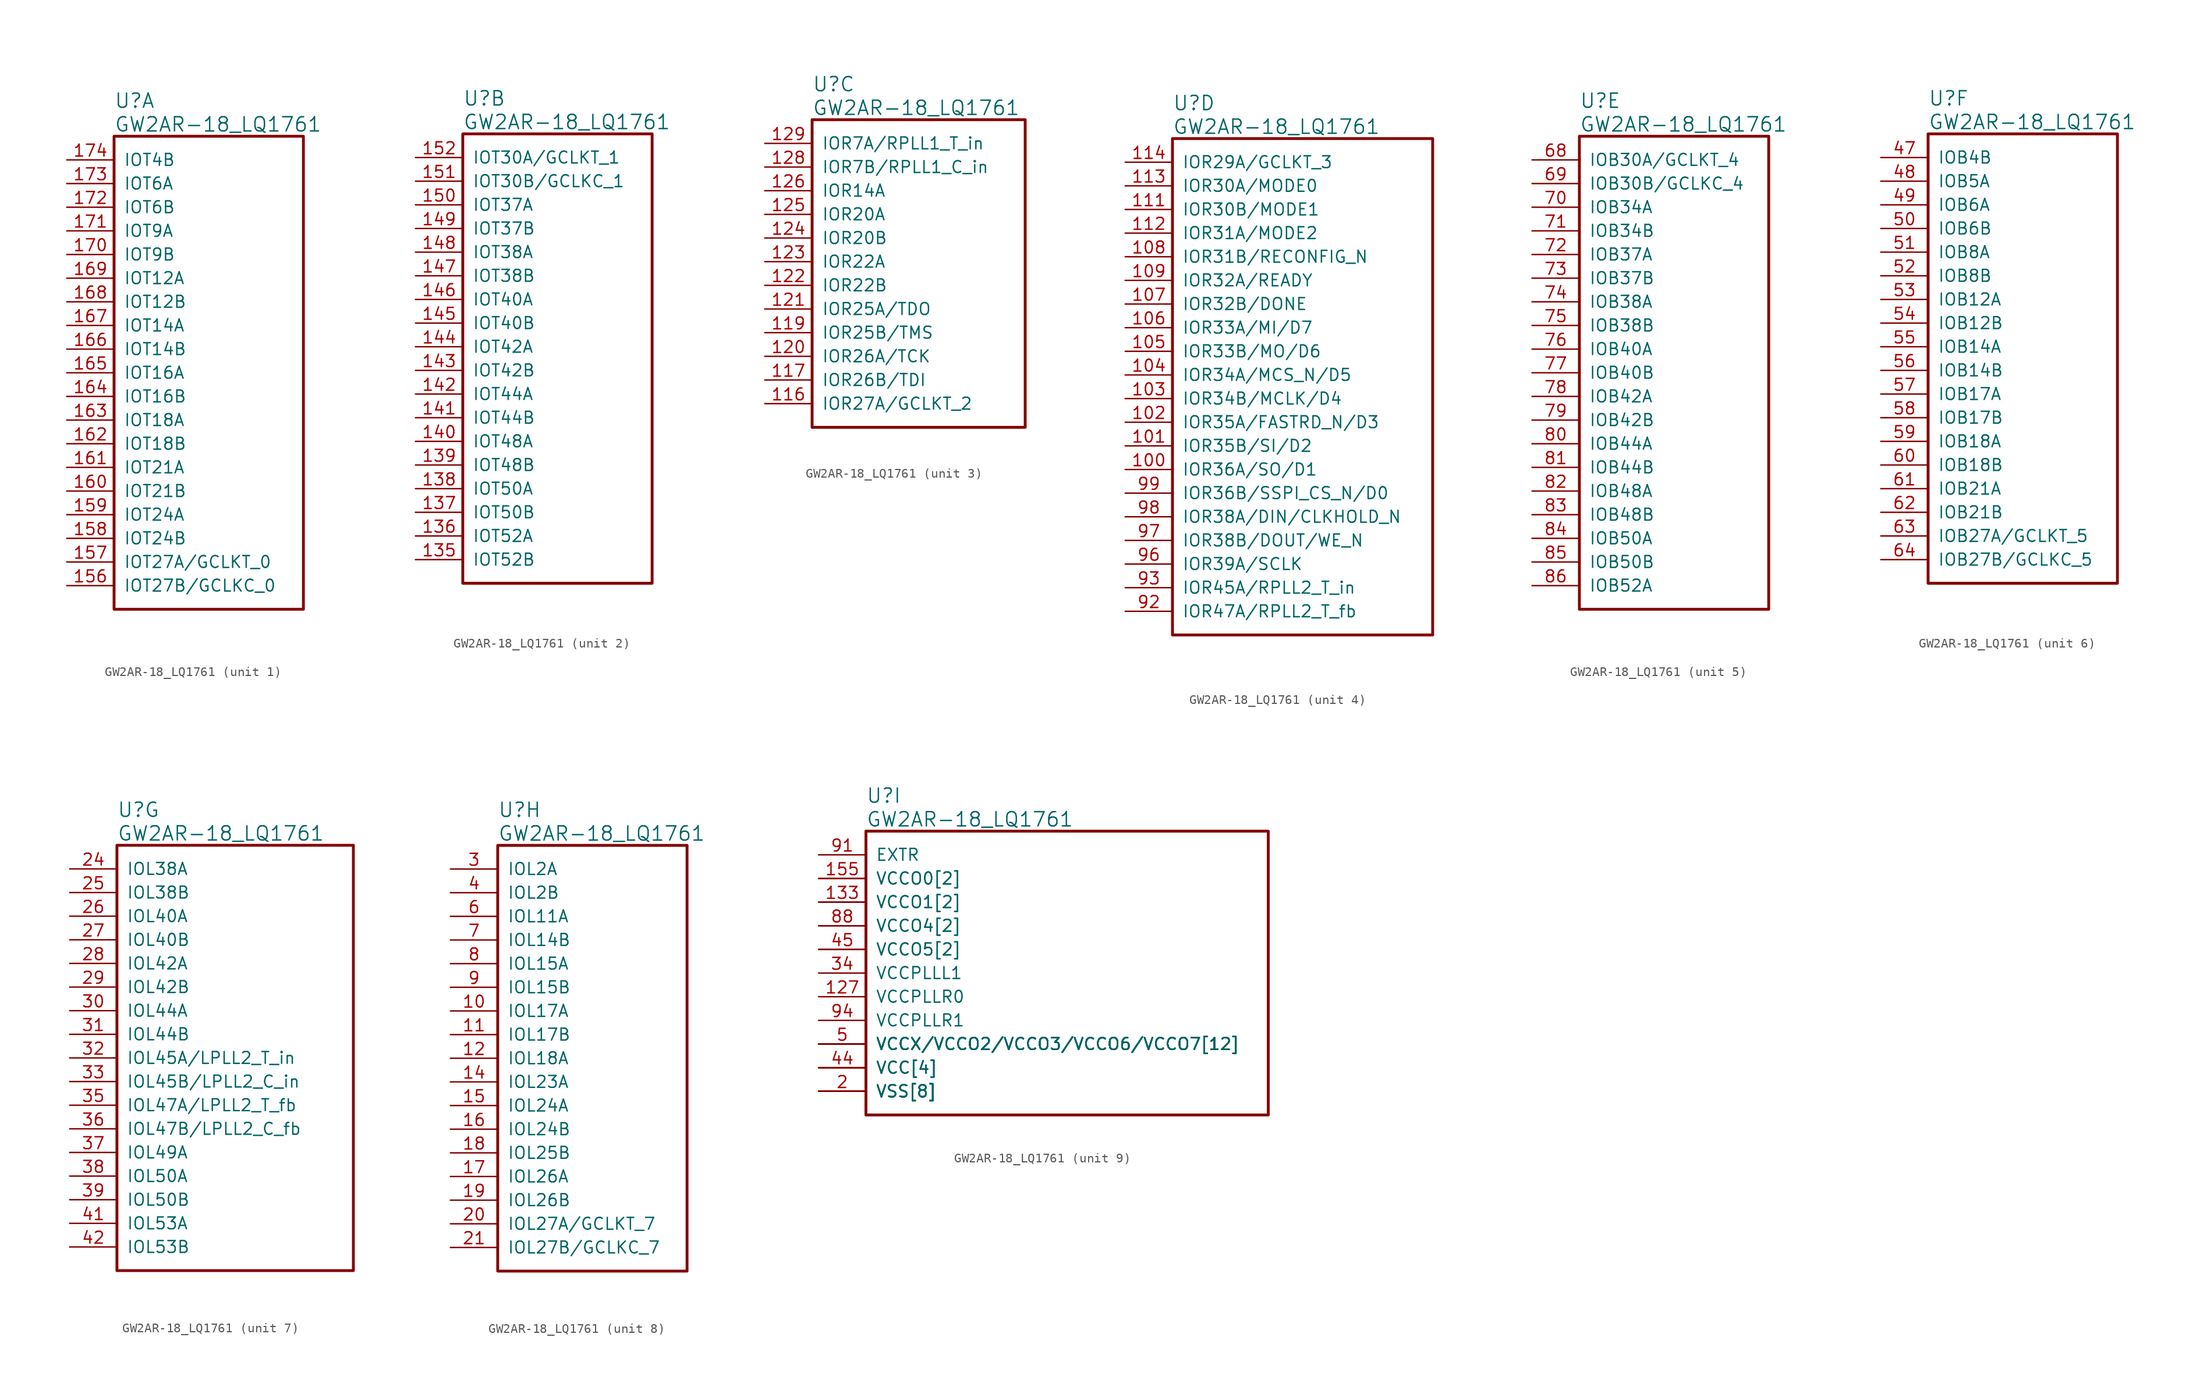
<source format=kicad_sym>
(kicad_symbol_lib
  (version 20241209)
  (generator "kicad_symbol_editor")
  (generator_version "9.0")
  (symbol "GW2AR-18_LQ1761"
    (pin_names
      (offset 1.016))
    (property "Reference" "U"
      (at 5.08 6.35 0)
      (effects (font (size 1.524 1.524)) (justify left)))
    (property "Value" "GW2AR-18_LQ1761"
      (at 5.08 3.81 0)
      (effects (font (size 1.524 1.524)) (justify left)))
    (property "ki_locked" ""
      (at 0 0 0)
      (effects (font (size 1.27 1.27))))
    (symbol "GW2AR-18_LQ1761_1_1"
      (rectangle (start 5.08 2.54) (end 25.4 -48.26) (stroke (width 0.305) (type solid)) (fill (type none)))
      (pin bidirectional line (at 0 0 0) (length 5.08) (name "IOT4B" (effects (font (size 1.27 1.27)))) (number "174" (effects (font (size 1.27 1.27)))))
      (pin bidirectional line (at 0 -2.54 0) (length 5.08) (name "IOT6A" (effects (font (size 1.27 1.27)))) (number "173" (effects (font (size 1.27 1.27)))))
      (pin bidirectional line (at 0 -5.08 0) (length 5.08) (name "IOT6B" (effects (font (size 1.27 1.27)))) (number "172" (effects (font (size 1.27 1.27)))))
      (pin bidirectional line (at 0 -7.62 0) (length 5.08) (name "IOT9A" (effects (font (size 1.27 1.27)))) (number "171" (effects (font (size 1.27 1.27)))))
      (pin bidirectional line (at 0 -10.16 0) (length 5.08) (name "IOT9B" (effects (font (size 1.27 1.27)))) (number "170" (effects (font (size 1.27 1.27)))))
      (pin bidirectional line (at 0 -12.7 0) (length 5.08) (name "IOT12A" (effects (font (size 1.27 1.27)))) (number "169" (effects (font (size 1.27 1.27)))))
      (pin bidirectional line (at 0 -15.24 0) (length 5.08) (name "IOT12B" (effects (font (size 1.27 1.27)))) (number "168" (effects (font (size 1.27 1.27)))))
      (pin bidirectional line (at 0 -17.78 0) (length 5.08) (name "IOT14A" (effects (font (size 1.27 1.27)))) (number "167" (effects (font (size 1.27 1.27)))))
      (pin bidirectional line (at 0 -20.32 0) (length 5.08) (name "IOT14B" (effects (font (size 1.27 1.27)))) (number "166" (effects (font (size 1.27 1.27)))))
      (pin bidirectional line (at 0 -22.86 0) (length 5.08) (name "IOT16A" (effects (font (size 1.27 1.27)))) (number "165" (effects (font (size 1.27 1.27)))))
      (pin bidirectional line (at 0 -25.4 0) (length 5.08) (name "IOT16B" (effects (font (size 1.27 1.27)))) (number "164" (effects (font (size 1.27 1.27)))))
      (pin bidirectional line (at 0 -27.94 0) (length 5.08) (name "IOT18A" (effects (font (size 1.27 1.27)))) (number "163" (effects (font (size 1.27 1.27)))))
      (pin bidirectional line (at 0 -30.48 0) (length 5.08) (name "IOT18B" (effects (font (size 1.27 1.27)))) (number "162" (effects (font (size 1.27 1.27)))))
      (pin bidirectional line (at 0 -33.02 0) (length 5.08) (name "IOT21A" (effects (font (size 1.27 1.27)))) (number "161" (effects (font (size 1.27 1.27)))))
      (pin bidirectional line (at 0 -35.56 0) (length 5.08) (name "IOT21B" (effects (font (size 1.27 1.27)))) (number "160" (effects (font (size 1.27 1.27)))))
      (pin bidirectional line (at 0 -38.1 0) (length 5.08) (name "IOT24A" (effects (font (size 1.27 1.27)))) (number "159" (effects (font (size 1.27 1.27)))))
      (pin bidirectional line (at 0 -40.64 0) (length 5.08) (name "IOT24B" (effects (font (size 1.27 1.27)))) (number "158" (effects (font (size 1.27 1.27)))))
      (pin bidirectional line (at 0 -43.18 0) (length 5.08) (name "IOT27A/GCLKT_0" (effects (font (size 1.27 1.27)))) (number "157" (effects (font (size 1.27 1.27)))))
      (pin bidirectional line (at 0 -45.72 0) (length 5.08) (name "IOT27B/GCLKC_0" (effects (font (size 1.27 1.27)))) (number "156" (effects (font (size 1.27 1.27))))))
    (symbol "GW2AR-18_LQ1761_2_1"
      (rectangle (start 5.08 2.54) (end 25.4 -45.72) (stroke (width 0.305) (type solid)) (fill (type none)))
      (pin bidirectional line (at 0 0 0) (length 5.08) (name "IOT30A/GCLKT_1" (effects (font (size 1.27 1.27)))) (number "152" (effects (font (size 1.27 1.27)))))
      (pin bidirectional line (at 0 -2.54 0) (length 5.08) (name "IOT30B/GCLKC_1" (effects (font (size 1.27 1.27)))) (number "151" (effects (font (size 1.27 1.27)))))
      (pin bidirectional line (at 0 -5.08 0) (length 5.08) (name "IOT37A" (effects (font (size 1.27 1.27)))) (number "150" (effects (font (size 1.27 1.27)))))
      (pin bidirectional line (at 0 -7.62 0) (length 5.08) (name "IOT37B" (effects (font (size 1.27 1.27)))) (number "149" (effects (font (size 1.27 1.27)))))
      (pin bidirectional line (at 0 -10.16 0) (length 5.08) (name "IOT38A" (effects (font (size 1.27 1.27)))) (number "148" (effects (font (size 1.27 1.27)))))
      (pin bidirectional line (at 0 -12.7 0) (length 5.08) (name "IOT38B" (effects (font (size 1.27 1.27)))) (number "147" (effects (font (size 1.27 1.27)))))
      (pin bidirectional line (at 0 -15.24 0) (length 5.08) (name "IOT40A" (effects (font (size 1.27 1.27)))) (number "146" (effects (font (size 1.27 1.27)))))
      (pin bidirectional line (at 0 -17.78 0) (length 5.08) (name "IOT40B" (effects (font (size 1.27 1.27)))) (number "145" (effects (font (size 1.27 1.27)))))
      (pin bidirectional line (at 0 -20.32 0) (length 5.08) (name "IOT42A" (effects (font (size 1.27 1.27)))) (number "144" (effects (font (size 1.27 1.27)))))
      (pin bidirectional line (at 0 -22.86 0) (length 5.08) (name "IOT42B" (effects (font (size 1.27 1.27)))) (number "143" (effects (font (size 1.27 1.27)))))
      (pin bidirectional line (at 0 -25.4 0) (length 5.08) (name "IOT44A" (effects (font (size 1.27 1.27)))) (number "142" (effects (font (size 1.27 1.27)))))
      (pin bidirectional line (at 0 -27.94 0) (length 5.08) (name "IOT44B" (effects (font (size 1.27 1.27)))) (number "141" (effects (font (size 1.27 1.27)))))
      (pin bidirectional line (at 0 -30.48 0) (length 5.08) (name "IOT48A" (effects (font (size 1.27 1.27)))) (number "140" (effects (font (size 1.27 1.27)))))
      (pin bidirectional line (at 0 -33.02 0) (length 5.08) (name "IOT48B" (effects (font (size 1.27 1.27)))) (number "139" (effects (font (size 1.27 1.27)))))
      (pin bidirectional line (at 0 -35.56 0) (length 5.08) (name "IOT50A" (effects (font (size 1.27 1.27)))) (number "138" (effects (font (size 1.27 1.27)))))
      (pin bidirectional line (at 0 -38.1 0) (length 5.08) (name "IOT50B" (effects (font (size 1.27 1.27)))) (number "137" (effects (font (size 1.27 1.27)))))
      (pin bidirectional line (at 0 -40.64 0) (length 5.08) (name "IOT52A" (effects (font (size 1.27 1.27)))) (number "136" (effects (font (size 1.27 1.27)))))
      (pin bidirectional line (at 0 -43.18 0) (length 5.08) (name "IOT52B" (effects (font (size 1.27 1.27)))) (number "135" (effects (font (size 1.27 1.27))))))
    (symbol "GW2AR-18_LQ1761_3_1"
      (rectangle (start 5.08 2.54) (end 27.94 -30.48) (stroke (width 0.305) (type solid)) (fill (type none)))
      (pin bidirectional line (at 0 0 0) (length 5.08) (name "IOR7A/RPLL1_T_in" (effects (font (size 1.27 1.27)))) (number "129" (effects (font (size 1.27 1.27)))))
      (pin bidirectional line (at 0 -2.54 0) (length 5.08) (name "IOR7B/RPLL1_C_in" (effects (font (size 1.27 1.27)))) (number "128" (effects (font (size 1.27 1.27)))))
      (pin bidirectional line (at 0 -5.08 0) (length 5.08) (name "IOR14A" (effects (font (size 1.27 1.27)))) (number "126" (effects (font (size 1.27 1.27)))))
      (pin bidirectional line (at 0 -7.62 0) (length 5.08) (name "IOR20A" (effects (font (size 1.27 1.27)))) (number "125" (effects (font (size 1.27 1.27)))))
      (pin bidirectional line (at 0 -10.16 0) (length 5.08) (name "IOR20B" (effects (font (size 1.27 1.27)))) (number "124" (effects (font (size 1.27 1.27)))))
      (pin bidirectional line (at 0 -12.7 0) (length 5.08) (name "IOR22A" (effects (font (size 1.27 1.27)))) (number "123" (effects (font (size 1.27 1.27)))))
      (pin bidirectional line (at 0 -15.24 0) (length 5.08) (name "IOR22B" (effects (font (size 1.27 1.27)))) (number "122" (effects (font (size 1.27 1.27)))))
      (pin bidirectional line (at 0 -17.78 0) (length 5.08) (name "IOR25A/TDO" (effects (font (size 1.27 1.27)))) (number "121" (effects (font (size 1.27 1.27)))))
      (pin bidirectional line (at 0 -20.32 0) (length 5.08) (name "IOR25B/TMS" (effects (font (size 1.27 1.27)))) (number "119" (effects (font (size 1.27 1.27)))))
      (pin bidirectional line (at 0 -22.86 0) (length 5.08) (name "IOR26A/TCK" (effects (font (size 1.27 1.27)))) (number "120" (effects (font (size 1.27 1.27)))))
      (pin bidirectional line (at 0 -25.4 0) (length 5.08) (name "IOR26B/TDI" (effects (font (size 1.27 1.27)))) (number "117" (effects (font (size 1.27 1.27)))))
      (pin bidirectional line (at 0 -27.94 0) (length 5.08) (name "IOR27A/GCLKT_2" (effects (font (size 1.27 1.27)))) (number "116" (effects (font (size 1.27 1.27))))))
    (symbol "GW2AR-18_LQ1761_4_1"
      (rectangle (start 5.08 2.54) (end 33.02 -50.8) (stroke (width 0.305) (type solid)) (fill (type none)))
      (pin bidirectional line (at 0 0 0) (length 5.08) (name "IOR29A/GCLKT_3" (effects (font (size 1.27 1.27)))) (number "114" (effects (font (size 1.27 1.27)))))
      (pin bidirectional line (at 0 -2.54 0) (length 5.08) (name "IOR30A/MODE0" (effects (font (size 1.27 1.27)))) (number "113" (effects (font (size 1.27 1.27)))))
      (pin bidirectional line (at 0 -5.08 0) (length 5.08) (name "IOR30B/MODE1" (effects (font (size 1.27 1.27)))) (number "111" (effects (font (size 1.27 1.27)))))
      (pin bidirectional line (at 0 -7.62 0) (length 5.08) (name "IOR31A/MODE2" (effects (font (size 1.27 1.27)))) (number "112" (effects (font (size 1.27 1.27)))))
      (pin bidirectional line (at 0 -10.16 0) (length 5.08) (name "IOR31B/RECONFIG_N" (effects (font (size 1.27 1.27)))) (number "108" (effects (font (size 1.27 1.27)))))
      (pin bidirectional line (at 0 -12.7 0) (length 5.08) (name "IOR32A/READY" (effects (font (size 1.27 1.27)))) (number "109" (effects (font (size 1.27 1.27)))))
      (pin bidirectional line (at 0 -15.24 0) (length 5.08) (name "IOR32B/DONE" (effects (font (size 1.27 1.27)))) (number "107" (effects (font (size 1.27 1.27)))))
      (pin bidirectional line (at 0 -17.78 0) (length 5.08) (name "IOR33A/MI/D7" (effects (font (size 1.27 1.27)))) (number "106" (effects (font (size 1.27 1.27)))))
      (pin bidirectional line (at 0 -20.32 0) (length 5.08) (name "IOR33B/MO/D6" (effects (font (size 1.27 1.27)))) (number "105" (effects (font (size 1.27 1.27)))))
      (pin bidirectional line (at 0 -22.86 0) (length 5.08) (name "IOR34A/MCS_N/D5" (effects (font (size 1.27 1.27)))) (number "104" (effects (font (size 1.27 1.27)))))
      (pin bidirectional line (at 0 -25.4 0) (length 5.08) (name "IOR34B/MCLK/D4" (effects (font (size 1.27 1.27)))) (number "103" (effects (font (size 1.27 1.27)))))
      (pin bidirectional line (at 0 -27.94 0) (length 5.08) (name "IOR35A/FASTRD_N/D3" (effects (font (size 1.27 1.27)))) (number "102" (effects (font (size 1.27 1.27)))))
      (pin bidirectional line (at 0 -30.48 0) (length 5.08) (name "IOR35B/SI/D2" (effects (font (size 1.27 1.27)))) (number "101" (effects (font (size 1.27 1.27)))))
      (pin bidirectional line (at 0 -33.02 0) (length 5.08) (name "IOR36A/SO/D1" (effects (font (size 1.27 1.27)))) (number "100" (effects (font (size 1.27 1.27)))))
      (pin bidirectional line (at 0 -35.56 0) (length 5.08) (name "IOR36B/SSPI_CS_N/D0" (effects (font (size 1.27 1.27)))) (number "99" (effects (font (size 1.27 1.27)))))
      (pin bidirectional line (at 0 -38.1 0) (length 5.08) (name "IOR38A/DIN/CLKHOLD_N" (effects (font (size 1.27 1.27)))) (number "98" (effects (font (size 1.27 1.27)))))
      (pin bidirectional line (at 0 -40.64 0) (length 5.08) (name "IOR38B/DOUT/WE_N" (effects (font (size 1.27 1.27)))) (number "97" (effects (font (size 1.27 1.27)))))
      (pin bidirectional line (at 0 -43.18 0) (length 5.08) (name "IOR39A/SCLK" (effects (font (size 1.27 1.27)))) (number "96" (effects (font (size 1.27 1.27)))))
      (pin bidirectional line (at 0 -45.72 0) (length 5.08) (name "IOR45A/RPLL2_T_in" (effects (font (size 1.27 1.27)))) (number "93" (effects (font (size 1.27 1.27)))))
      (pin bidirectional line (at 0 -48.26 0) (length 5.08) (name "IOR47A/RPLL2_T_fb" (effects (font (size 1.27 1.27)))) (number "92" (effects (font (size 1.27 1.27))))))
    (symbol "GW2AR-18_LQ1761_5_1"
      (rectangle (start 5.08 2.54) (end 25.4 -48.26) (stroke (width 0.305) (type solid)) (fill (type none)))
      (pin bidirectional line (at 0 0 0) (length 5.08) (name "IOB30A/GCLKT_4" (effects (font (size 1.27 1.27)))) (number "68" (effects (font (size 1.27 1.27)))))
      (pin bidirectional line (at 0 -2.54 0) (length 5.08) (name "IOB30B/GCLKC_4" (effects (font (size 1.27 1.27)))) (number "69" (effects (font (size 1.27 1.27)))))
      (pin bidirectional line (at 0 -5.08 0) (length 5.08) (name "IOB34A" (effects (font (size 1.27 1.27)))) (number "70" (effects (font (size 1.27 1.27)))))
      (pin bidirectional line (at 0 -7.62 0) (length 5.08) (name "IOB34B" (effects (font (size 1.27 1.27)))) (number "71" (effects (font (size 1.27 1.27)))))
      (pin bidirectional line (at 0 -10.16 0) (length 5.08) (name "IOB37A" (effects (font (size 1.27 1.27)))) (number "72" (effects (font (size 1.27 1.27)))))
      (pin bidirectional line (at 0 -12.7 0) (length 5.08) (name "IOB37B" (effects (font (size 1.27 1.27)))) (number "73" (effects (font (size 1.27 1.27)))))
      (pin bidirectional line (at 0 -15.24 0) (length 5.08) (name "IOB38A" (effects (font (size 1.27 1.27)))) (number "74" (effects (font (size 1.27 1.27)))))
      (pin bidirectional line (at 0 -17.78 0) (length 5.08) (name "IOB38B" (effects (font (size 1.27 1.27)))) (number "75" (effects (font (size 1.27 1.27)))))
      (pin bidirectional line (at 0 -20.32 0) (length 5.08) (name "IOB40A" (effects (font (size 1.27 1.27)))) (number "76" (effects (font (size 1.27 1.27)))))
      (pin bidirectional line (at 0 -22.86 0) (length 5.08) (name "IOB40B" (effects (font (size 1.27 1.27)))) (number "77" (effects (font (size 1.27 1.27)))))
      (pin bidirectional line (at 0 -25.4 0) (length 5.08) (name "IOB42A" (effects (font (size 1.27 1.27)))) (number "78" (effects (font (size 1.27 1.27)))))
      (pin bidirectional line (at 0 -27.94 0) (length 5.08) (name "IOB42B" (effects (font (size 1.27 1.27)))) (number "79" (effects (font (size 1.27 1.27)))))
      (pin bidirectional line (at 0 -30.48 0) (length 5.08) (name "IOB44A" (effects (font (size 1.27 1.27)))) (number "80" (effects (font (size 1.27 1.27)))))
      (pin bidirectional line (at 0 -33.02 0) (length 5.08) (name "IOB44B" (effects (font (size 1.27 1.27)))) (number "81" (effects (font (size 1.27 1.27)))))
      (pin bidirectional line (at 0 -35.56 0) (length 5.08) (name "IOB48A" (effects (font (size 1.27 1.27)))) (number "82" (effects (font (size 1.27 1.27)))))
      (pin bidirectional line (at 0 -38.1 0) (length 5.08) (name "IOB48B" (effects (font (size 1.27 1.27)))) (number "83" (effects (font (size 1.27 1.27)))))
      (pin bidirectional line (at 0 -40.64 0) (length 5.08) (name "IOB50A" (effects (font (size 1.27 1.27)))) (number "84" (effects (font (size 1.27 1.27)))))
      (pin bidirectional line (at 0 -43.18 0) (length 5.08) (name "IOB50B" (effects (font (size 1.27 1.27)))) (number "85" (effects (font (size 1.27 1.27)))))
      (pin bidirectional line (at 0 -45.72 0) (length 5.08) (name "IOB52A" (effects (font (size 1.27 1.27)))) (number "86" (effects (font (size 1.27 1.27))))))
    (symbol "GW2AR-18_LQ1761_6_1"
      (rectangle (start 5.08 2.54) (end 25.4 -45.72) (stroke (width 0.305) (type solid)) (fill (type none)))
      (pin bidirectional line (at 0 0 0) (length 5.08) (name "IOB4B" (effects (font (size 1.27 1.27)))) (number "47" (effects (font (size 1.27 1.27)))))
      (pin bidirectional line (at 0 -2.54 0) (length 5.08) (name "IOB5A" (effects (font (size 1.27 1.27)))) (number "48" (effects (font (size 1.27 1.27)))))
      (pin bidirectional line (at 0 -5.08 0) (length 5.08) (name "IOB6A" (effects (font (size 1.27 1.27)))) (number "49" (effects (font (size 1.27 1.27)))))
      (pin bidirectional line (at 0 -7.62 0) (length 5.08) (name "IOB6B" (effects (font (size 1.27 1.27)))) (number "50" (effects (font (size 1.27 1.27)))))
      (pin bidirectional line (at 0 -10.16 0) (length 5.08) (name "IOB8A" (effects (font (size 1.27 1.27)))) (number "51" (effects (font (size 1.27 1.27)))))
      (pin bidirectional line (at 0 -12.7 0) (length 5.08) (name "IOB8B" (effects (font (size 1.27 1.27)))) (number "52" (effects (font (size 1.27 1.27)))))
      (pin bidirectional line (at 0 -15.24 0) (length 5.08) (name "IOB12A" (effects (font (size 1.27 1.27)))) (number "53" (effects (font (size 1.27 1.27)))))
      (pin bidirectional line (at 0 -17.78 0) (length 5.08) (name "IOB12B" (effects (font (size 1.27 1.27)))) (number "54" (effects (font (size 1.27 1.27)))))
      (pin bidirectional line (at 0 -20.32 0) (length 5.08) (name "IOB14A" (effects (font (size 1.27 1.27)))) (number "55" (effects (font (size 1.27 1.27)))))
      (pin bidirectional line (at 0 -22.86 0) (length 5.08) (name "IOB14B" (effects (font (size 1.27 1.27)))) (number "56" (effects (font (size 1.27 1.27)))))
      (pin bidirectional line (at 0 -25.4 0) (length 5.08) (name "IOB17A" (effects (font (size 1.27 1.27)))) (number "57" (effects (font (size 1.27 1.27)))))
      (pin bidirectional line (at 0 -27.94 0) (length 5.08) (name "IOB17B" (effects (font (size 1.27 1.27)))) (number "58" (effects (font (size 1.27 1.27)))))
      (pin bidirectional line (at 0 -30.48 0) (length 5.08) (name "IOB18A" (effects (font (size 1.27 1.27)))) (number "59" (effects (font (size 1.27 1.27)))))
      (pin bidirectional line (at 0 -33.02 0) (length 5.08) (name "IOB18B" (effects (font (size 1.27 1.27)))) (number "60" (effects (font (size 1.27 1.27)))))
      (pin bidirectional line (at 0 -35.56 0) (length 5.08) (name "IOB21A" (effects (font (size 1.27 1.27)))) (number "61" (effects (font (size 1.27 1.27)))))
      (pin bidirectional line (at 0 -38.1 0) (length 5.08) (name "IOB21B" (effects (font (size 1.27 1.27)))) (number "62" (effects (font (size 1.27 1.27)))))
      (pin bidirectional line (at 0 -40.64 0) (length 5.08) (name "IOB27A/GCLKT_5" (effects (font (size 1.27 1.27)))) (number "63" (effects (font (size 1.27 1.27)))))
      (pin bidirectional line (at 0 -43.18 0) (length 5.08) (name "IOB27B/GCLKC_5" (effects (font (size 1.27 1.27)))) (number "64" (effects (font (size 1.27 1.27))))))
    (symbol "GW2AR-18_LQ1761_7_1"
      (rectangle (start 5.08 2.54) (end 30.48 -43.18) (stroke (width 0.305) (type solid)) (fill (type none)))
      (pin bidirectional line (at 0 0 0) (length 5.08) (name "IOL38A" (effects (font (size 1.27 1.27)))) (number "24" (effects (font (size 1.27 1.27)))))
      (pin bidirectional line (at 0 -2.54 0) (length 5.08) (name "IOL38B" (effects (font (size 1.27 1.27)))) (number "25" (effects (font (size 1.27 1.27)))))
      (pin bidirectional line (at 0 -5.08 0) (length 5.08) (name "IOL40A" (effects (font (size 1.27 1.27)))) (number "26" (effects (font (size 1.27 1.27)))))
      (pin bidirectional line (at 0 -7.62 0) (length 5.08) (name "IOL40B" (effects (font (size 1.27 1.27)))) (number "27" (effects (font (size 1.27 1.27)))))
      (pin bidirectional line (at 0 -10.16 0) (length 5.08) (name "IOL42A" (effects (font (size 1.27 1.27)))) (number "28" (effects (font (size 1.27 1.27)))))
      (pin bidirectional line (at 0 -12.7 0) (length 5.08) (name "IOL42B" (effects (font (size 1.27 1.27)))) (number "29" (effects (font (size 1.27 1.27)))))
      (pin bidirectional line (at 0 -15.24 0) (length 5.08) (name "IOL44A" (effects (font (size 1.27 1.27)))) (number "30" (effects (font (size 1.27 1.27)))))
      (pin bidirectional line (at 0 -17.78 0) (length 5.08) (name "IOL44B" (effects (font (size 1.27 1.27)))) (number "31" (effects (font (size 1.27 1.27)))))
      (pin bidirectional line (at 0 -20.32 0) (length 5.08) (name "IOL45A/LPLL2_T_in" (effects (font (size 1.27 1.27)))) (number "32" (effects (font (size 1.27 1.27)))))
      (pin bidirectional line (at 0 -22.86 0) (length 5.08) (name "IOL45B/LPLL2_C_in" (effects (font (size 1.27 1.27)))) (number "33" (effects (font (size 1.27 1.27)))))
      (pin bidirectional line (at 0 -25.4 0) (length 5.08) (name "IOL47A/LPLL2_T_fb" (effects (font (size 1.27 1.27)))) (number "35" (effects (font (size 1.27 1.27)))))
      (pin bidirectional line (at 0 -27.94 0) (length 5.08) (name "IOL47B/LPLL2_C_fb" (effects (font (size 1.27 1.27)))) (number "36" (effects (font (size 1.27 1.27)))))
      (pin bidirectional line (at 0 -30.48 0) (length 5.08) (name "IOL49A" (effects (font (size 1.27 1.27)))) (number "37" (effects (font (size 1.27 1.27)))))
      (pin bidirectional line (at 0 -33.02 0) (length 5.08) (name "IOL50A" (effects (font (size 1.27 1.27)))) (number "38" (effects (font (size 1.27 1.27)))))
      (pin bidirectional line (at 0 -35.56 0) (length 5.08) (name "IOL50B" (effects (font (size 1.27 1.27)))) (number "39" (effects (font (size 1.27 1.27)))))
      (pin bidirectional line (at 0 -38.1 0) (length 5.08) (name "IOL53A" (effects (font (size 1.27 1.27)))) (number "41" (effects (font (size 1.27 1.27)))))
      (pin bidirectional line (at 0 -40.64 0) (length 5.08) (name "IOL53B" (effects (font (size 1.27 1.27)))) (number "42" (effects (font (size 1.27 1.27))))))
    (symbol "GW2AR-18_LQ1761_8_1"
      (rectangle (start 5.08 2.54) (end 25.4 -43.18) (stroke (width 0.305) (type solid)) (fill (type none)))
      (pin bidirectional line (at 0 0 0) (length 5.08) (name "IOL2A" (effects (font (size 1.27 1.27)))) (number "3" (effects (font (size 1.27 1.27)))))
      (pin bidirectional line (at 0 -2.54 0) (length 5.08) (name "IOL2B" (effects (font (size 1.27 1.27)))) (number "4" (effects (font (size 1.27 1.27)))))
      (pin bidirectional line (at 0 -5.08 0) (length 5.08) (name "IOL11A" (effects (font (size 1.27 1.27)))) (number "6" (effects (font (size 1.27 1.27)))))
      (pin bidirectional line (at 0 -7.62 0) (length 5.08) (name "IOL14B" (effects (font (size 1.27 1.27)))) (number "7" (effects (font (size 1.27 1.27)))))
      (pin bidirectional line (at 0 -10.16 0) (length 5.08) (name "IOL15A" (effects (font (size 1.27 1.27)))) (number "8" (effects (font (size 1.27 1.27)))))
      (pin bidirectional line (at 0 -12.7 0) (length 5.08) (name "IOL15B" (effects (font (size 1.27 1.27)))) (number "9" (effects (font (size 1.27 1.27)))))
      (pin bidirectional line (at 0 -15.24 0) (length 5.08) (name "IOL17A" (effects (font (size 1.27 1.27)))) (number "10" (effects (font (size 1.27 1.27)))))
      (pin bidirectional line (at 0 -17.78 0) (length 5.08) (name "IOL17B" (effects (font (size 1.27 1.27)))) (number "11" (effects (font (size 1.27 1.27)))))
      (pin bidirectional line (at 0 -20.32 0) (length 5.08) (name "IOL18A" (effects (font (size 1.27 1.27)))) (number "12" (effects (font (size 1.27 1.27)))))
      (pin bidirectional line (at 0 -22.86 0) (length 5.08) (name "IOL23A" (effects (font (size 1.27 1.27)))) (number "14" (effects (font (size 1.27 1.27)))))
      (pin bidirectional line (at 0 -25.4 0) (length 5.08) (name "IOL24A" (effects (font (size 1.27 1.27)))) (number "15" (effects (font (size 1.27 1.27)))))
      (pin bidirectional line (at 0 -27.94 0) (length 5.08) (name "IOL24B" (effects (font (size 1.27 1.27)))) (number "16" (effects (font (size 1.27 1.27)))))
      (pin bidirectional line (at 0 -30.48 0) (length 5.08) (name "IOL25B" (effects (font (size 1.27 1.27)))) (number "18" (effects (font (size 1.27 1.27)))))
      (pin bidirectional line (at 0 -33.02 0) (length 5.08) (name "IOL26A" (effects (font (size 1.27 1.27)))) (number "17" (effects (font (size 1.27 1.27)))))
      (pin bidirectional line (at 0 -35.56 0) (length 5.08) (name "IOL26B" (effects (font (size 1.27 1.27)))) (number "19" (effects (font (size 1.27 1.27)))))
      (pin bidirectional line (at 0 -38.1 0) (length 5.08) (name "IOL27A/GCLKT_7" (effects (font (size 1.27 1.27)))) (number "20" (effects (font (size 1.27 1.27)))))
      (pin bidirectional line (at 0 -40.64 0) (length 5.08) (name "IOL27B/GCLKC_7" (effects (font (size 1.27 1.27)))) (number "21" (effects (font (size 1.27 1.27))))))
    (symbol "GW2AR-18_LQ1761_9_1"
      (rectangle (start 5.08 2.54) (end 48.26 -27.94) (stroke (width 0.305) (type solid)) (fill (type none)))
      (pin power_in line (at 0 0 0) (length 5.08) (name "EXTR" (effects (font (size 1.27 1.27)))) (number "91" (effects (font (size 1.27 1.27)))))
      (pin power_in line (at 0 -2.54 0) (length 5.08) (name "VCCO0[2]" (effects (font (size 1.27 1.27)))) (number "155" (effects (font (size 1.27 1.27)))))
      (pin power_in line (at 0 -2.54 0) (length 5.08) (name "VCCO0[2]" (effects (font (size 1.27 1.27)))) (number "176" (effects (font (size 0 0)))))
      (pin power_in line (at 0 -5.08 0) (length 5.08) (name "VCCO1[2]" (effects (font (size 1.27 1.27)))) (number "133" (effects (font (size 1.27 1.27)))))
      (pin power_in line (at 0 -5.08 0) (length 5.08) (name "VCCO1[2]" (effects (font (size 1.27 1.27)))) (number "153" (effects (font (size 0 0)))))
      (pin power_in line (at 0 -7.62 0) (length 5.08) (name "VCCO4[2]" (effects (font (size 1.27 1.27)))) (number "67" (effects (font (size 0 0)))))
      (pin power_in line (at 0 -7.62 0) (length 5.08) (name "VCCO4[2]" (effects (font (size 1.27 1.27)))) (number "88" (effects (font (size 1.27 1.27)))))
      (pin power_in line (at 0 -10.16 0) (length 5.08) (name "VCCO5[2]" (effects (font (size 1.27 1.27)))) (number "45" (effects (font (size 1.27 1.27)))))
      (pin power_in line (at 0 -10.16 0) (length 5.08) (name "VCCO5[2]" (effects (font (size 1.27 1.27)))) (number "65" (effects (font (size 0 0)))))
      (pin power_in line (at 0 -12.7 0) (length 5.08) (name "VCCPLLL1" (effects (font (size 1.27 1.27)))) (number "34" (effects (font (size 1.27 1.27)))))
      (pin power_in line (at 0 -15.24 0) (length 5.08) (name "VCCPLLR0" (effects (font (size 1.27 1.27)))) (number "127" (effects (font (size 1.27 1.27)))))
      (pin power_in line (at 0 -17.78 0) (length 5.08) (name "VCCPLLR1" (effects (font (size 1.27 1.27)))) (number "94" (effects (font (size 1.27 1.27)))))
      (pin power_in line (at 0 -20.32 0) (length 5.08) (name "VCCX/VCCO2/VCCO3/VCCO6/VCCO7[12]" (effects (font (size 1.27 1.27)))) (number "110" (effects (font (size 0 0)))))
      (pin power_in line (at 0 -20.32 0) (length 5.08) (name "VCCX/VCCO2/VCCO3/VCCO6/VCCO7[12]" (effects (font (size 1.27 1.27)))) (number "115" (effects (font (size 0 0)))))
      (pin power_in line (at 0 -20.32 0) (length 5.08) (name "VCCX/VCCO2/VCCO3/VCCO6/VCCO7[12]" (effects (font (size 1.27 1.27)))) (number "118" (effects (font (size 0 0)))))
      (pin power_in line (at 0 -20.32 0) (length 5.08) (name "VCCX/VCCO2/VCCO3/VCCO6/VCCO7[12]" (effects (font (size 1.27 1.27)))) (number "13" (effects (font (size 0 0)))))
      (pin power_in line (at 0 -20.32 0) (length 5.08) (name "VCCX/VCCO2/VCCO3/VCCO6/VCCO7[12]" (effects (font (size 1.27 1.27)))) (number "130" (effects (font (size 0 0)))))
      (pin power_in line (at 0 -20.32 0) (length 5.08) (name "VCCX/VCCO2/VCCO3/VCCO6/VCCO7[12]" (effects (font (size 1.27 1.27)))) (number "154" (effects (font (size 0 0)))))
      (pin power_in line (at 0 -20.32 0) (length 5.08) (name "VCCX/VCCO2/VCCO3/VCCO6/VCCO7[12]" (effects (font (size 1.27 1.27)))) (number "22" (effects (font (size 0 0)))))
      (pin power_in line (at 0 -20.32 0) (length 5.08) (name "VCCX/VCCO2/VCCO3/VCCO6/VCCO7[12]" (effects (font (size 1.27 1.27)))) (number "23" (effects (font (size 0 0)))))
      (pin power_in line (at 0 -20.32 0) (length 5.08) (name "VCCX/VCCO2/VCCO3/VCCO6/VCCO7[12]" (effects (font (size 1.27 1.27)))) (number "40" (effects (font (size 0 0)))))
      (pin power_in line (at 0 -20.32 0) (length 5.08) (name "VCCX/VCCO2/VCCO3/VCCO6/VCCO7[12]" (effects (font (size 1.27 1.27)))) (number "5" (effects (font (size 1.27 1.27)))))
      (pin power_in line (at 0 -20.32 0) (length 5.08) (name "VCCX/VCCO2/VCCO3/VCCO6/VCCO7[12]" (effects (font (size 1.27 1.27)))) (number "66" (effects (font (size 0 0)))))
      (pin power_in line (at 0 -20.32 0) (length 5.08) (name "VCCX/VCCO2/VCCO3/VCCO6/VCCO7[12]" (effects (font (size 1.27 1.27)))) (number "95" (effects (font (size 0 0)))))
      (pin power_in line (at 0 -22.86 0) (length 5.08) (name "VCC[4]" (effects (font (size 1.27 1.27)))) (number "1" (effects (font (size 0 0)))))
      (pin power_in line (at 0 -22.86 0) (length 5.08) (name "VCC[4]" (effects (font (size 1.27 1.27)))) (number "132" (effects (font (size 0 0)))))
      (pin power_in line (at 0 -22.86 0) (length 5.08) (name "VCC[4]" (effects (font (size 1.27 1.27)))) (number "44" (effects (font (size 1.27 1.27)))))
      (pin power_in line (at 0 -22.86 0) (length 5.08) (name "VCC[4]" (effects (font (size 1.27 1.27)))) (number "89" (effects (font (size 0 0)))))
      (pin power_in line (at 0 -25.4 0) (length 5.08) (name "VSS[8]" (effects (font (size 1.27 1.27)))) (number "131" (effects (font (size 0 0)))))
      (pin power_in line (at 0 -25.4 0) (length 5.08) (name "VSS[8]" (effects (font (size 1.27 1.27)))) (number "134" (effects (font (size 0 0)))))
      (pin power_in line (at 0 -25.4 0) (length 5.08) (name "VSS[8]" (effects (font (size 1.27 1.27)))) (number "175" (effects (font (size 0 0)))))
      (pin power_in line (at 0 -25.4 0) (length 5.08) (name "VSS[8]" (effects (font (size 1.27 1.27)))) (number "2" (effects (font (size 1.27 1.27)))))
      (pin power_in line (at 0 -25.4 0) (length 5.08) (name "VSS[8]" (effects (font (size 1.27 1.27)))) (number "43" (effects (font (size 0 0)))))
      (pin power_in line (at 0 -25.4 0) (length 5.08) (name "VSS[8]" (effects (font (size 1.27 1.27)))) (number "46" (effects (font (size 0 0)))))
      (pin power_in line (at 0 -25.4 0) (length 5.08) (name "VSS[8]" (effects (font (size 1.27 1.27)))) (number "87" (effects (font (size 0 0)))))
      (pin power_in line (at 0 -25.4 0) (length 5.08) (name "VSS[8]" (effects (font (size 1.27 1.27)))) (number "90" (effects (font (size 0 0))))))))
</source>
